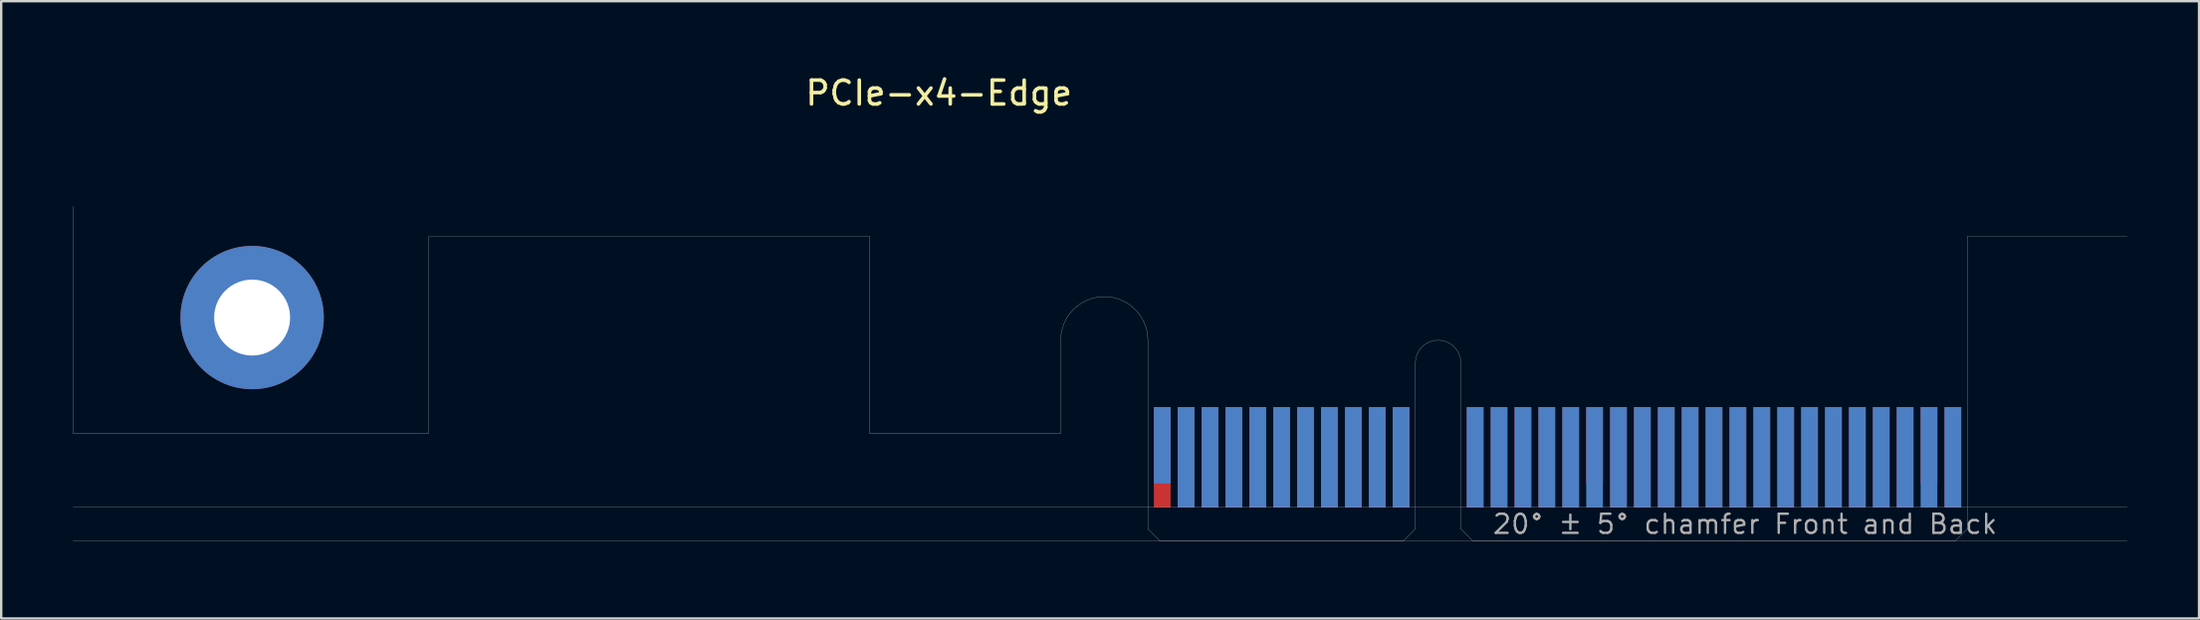
<source format=kicad_pcb>
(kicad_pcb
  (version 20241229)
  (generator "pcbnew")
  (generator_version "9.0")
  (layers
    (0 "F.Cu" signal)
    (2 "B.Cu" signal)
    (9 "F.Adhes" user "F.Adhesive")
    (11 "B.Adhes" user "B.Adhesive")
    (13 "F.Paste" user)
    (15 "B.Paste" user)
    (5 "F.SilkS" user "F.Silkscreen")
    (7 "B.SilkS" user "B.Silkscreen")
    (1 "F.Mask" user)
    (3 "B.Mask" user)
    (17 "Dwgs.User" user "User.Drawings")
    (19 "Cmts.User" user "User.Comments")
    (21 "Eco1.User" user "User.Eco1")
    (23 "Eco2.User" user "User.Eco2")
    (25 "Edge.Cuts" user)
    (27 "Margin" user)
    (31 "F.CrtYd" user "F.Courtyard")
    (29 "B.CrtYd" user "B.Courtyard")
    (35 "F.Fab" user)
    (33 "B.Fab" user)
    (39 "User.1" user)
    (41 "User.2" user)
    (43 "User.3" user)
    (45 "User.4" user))
  (footprint "PCIe-x4-Edge"
    (layer "F.Cu")
    (at 45.005 19.598)
    (property "Reference" "PCIe-x4-Edge" (at -8.75 -18.75 0) (layer "F.SilkS") (effects (font (size 1 1) (thickness 0.15))))
    (attr smd)
    (fp_poly (pts (xy -3.65 -4.5) (xy -11.65 -4.5) (xy -11.65 -7.95) (xy -3.65 -7.95)) (stroke (width 0.1) (type solid)) (fill yes) (layer "F.Mask"))
    (fp_poly (pts (xy 11.2 -5.45) (xy 0 -5.45) (xy 0 0) (xy 11.2 0)) (stroke (width 0.1) (type solid)) (fill yes) (layer "F.Mask"))
    (fp_poly (pts (xy 34.3 -5.45) (xy 13.1 -5.45) (xy 13.1 0) (xy 34.3 0)) (stroke (width 0.1) (type solid)) (fill yes) (layer "F.Mask"))
    (fp_poly (pts (xy -3.65 -7.95) (xy -11.65 -7.95) (xy -11.65 -4.5) (xy -3.65 -4.5)) (stroke (width 0.1) (type solid)) (fill yes) (layer "B.Mask"))
    (fp_poly (pts (xy 11.2 0) (xy 0 0) (xy 0 -5.45) (xy 11.2 -5.45)) (stroke (width 0.1) (type solid)) (fill yes) (layer "B.Mask"))
    (fp_poly (pts (xy 34.3 -5.5) (xy 13.1 -5.45) (xy 13.1 0) (xy 34.3 0)) (stroke (width 0.1) (type solid)) (fill yes) (layer "B.Mask"))
    (fp_line (start -45 -4.5) (end -45 -14) (stroke (width 0.01) (type solid)) (layer "Edge.Cuts"))
    (fp_line (start -30.1 -12.75) (end -30.1 -4.5) (stroke (width 0.01) (type solid)) (layer "Edge.Cuts"))
    (fp_line (start -30.1 -4.5) (end -45 -4.5) (stroke (width 0.01) (type solid)) (layer "Edge.Cuts"))
    (fp_line (start -11.65 -12.75) (end -30.1 -12.75) (stroke (width 0.01) (type solid)) (layer "Edge.Cuts"))
    (fp_line (start -11.65 -4.5) (end -11.65 -12.75) (stroke (width 0.01) (type solid)) (layer "Edge.Cuts"))
    (fp_line (start -3.65 -4.5) (end -11.65 -4.5) (stroke (width 0.01) (type solid)) (layer "Edge.Cuts"))
    (fp_line (start -3.65 -4.5) (end -3.65 -8.4) (stroke (width 0.01) (type solid)) (layer "Edge.Cuts"))
    (fp_line (start 0 -0.5) (end 0 -8.4) (stroke (width 0.01) (type solid)) (layer "Edge.Cuts"))
    (fp_line (start 0.5 0) (end 0 -0.5) (stroke (width 0.01) (type solid)) (layer "Edge.Cuts"))
    (fp_line (start 0.5 0) (end 10.7 0) (stroke (width 0.01) (type solid)) (layer "Edge.Cuts"))
    (fp_line (start 10.7 0) (end 11.2 -0.5) (stroke (width 0.01) (type solid)) (layer "Edge.Cuts"))
    (fp_line (start 11.2 -0.5) (end 11.2 -7.45) (stroke (width 0.01) (type solid)) (layer "Edge.Cuts"))
    (fp_line (start 13.1 -0.5) (end 13.1 -7.45) (stroke (width 0.01) (type solid)) (layer "Edge.Cuts"))
    (fp_line (start 13.6 0) (end 13.1 -0.5) (stroke (width 0.01) (type solid)) (layer "Edge.Cuts"))
    (fp_line (start 33.8 0) (end 13.6 0) (stroke (width 0.01) (type solid)) (layer "Edge.Cuts"))
    (fp_line (start 33.8 0) (end 34.3 -0.5) (stroke (width 0.01) (type solid)) (layer "Edge.Cuts"))
    (fp_line (start 34.3 -12.75) (end 41 -12.75) (stroke (width 0.01) (type solid)) (layer "Edge.Cuts"))
    (fp_line (start 34.3 -0.5) (end 34.3 -12.75) (stroke (width 0.01) (type solid)) (layer "Edge.Cuts"))
    (fp_arc (start -3.65 -8.4) (mid -1.825 -10.225) (end 0 -8.4) (stroke (width 0.01) (type solid)) (layer "Edge.Cuts"))
    (fp_arc (start 11.2 -7.45) (mid 12.15 -8.4) (end 13.1 -7.45) (stroke (width 0.01) (type solid)) (layer "Edge.Cuts"))
    (fp_line (start 41 -1.4) (end -45 -1.4) (stroke (width 0.01) (type solid)) (layer "F.Fab"))
    (fp_line (start 41 0) (end -45 0) (stroke (width 0.01) (type solid)) (layer "F.Fab"))
    (fp_text user "20° ± 5° chamfer Front and Back" (at 25 -0.7 0) (layer "F.Fab") (effects (font (size 0.8 0.8) (thickness 0.1))))
    (pad "A1" smd rect (at 0.6 -4) (size 0.7 3.2) (layers "B.Cu"))
    (pad "A2" smd rect (at 1.6 -3.5) (size 0.7 4.2) (layers "B.Cu"))
    (pad "A3" smd rect (at 2.6 -3.5) (size 0.7 4.2) (layers "B.Cu"))
    (pad "A4" smd rect (at 3.6 -3.5) (size 0.7 4.2) (layers "B.Cu"))
    (pad "A5" smd rect (at 4.6 -3.5) (size 0.7 4.2) (layers "B.Cu"))
    (pad "A6" smd rect (at 5.6 -3.5) (size 0.7 4.2) (layers "B.Cu"))
    (pad "A7" smd rect (at 6.6 -3.5) (size 0.7 4.2) (layers "B.Cu"))
    (pad "A8" smd rect (at 7.6 -3.5) (size 0.7 4.2) (layers "B.Cu"))
    (pad "A9" smd rect (at 8.6 -3.5) (size 0.7 4.2) (layers "B.Cu"))
    (pad "A10" smd rect (at 9.6 -3.5) (size 0.7 4.2) (layers "B.Cu"))
    (pad "A11" smd rect (at 10.6 -3.5) (size 0.7 4.2) (layers "B.Cu"))
    (pad "A12" smd rect (at 13.7 -3.5) (size 0.7 4.2) (layers "B.Cu"))
    (pad "A13" smd rect (at 14.7 -3.5) (size 0.7 4.2) (layers "B.Cu"))
    (pad "A14" smd rect (at 15.7 -3.5) (size 0.7 4.2) (layers "B.Cu"))
    (pad "A15" smd rect (at 16.7 -3.5) (size 0.7 4.2) (layers "B.Cu"))
    (pad "A16" smd rect (at 17.7 -3.5) (size 0.7 4.2) (layers "B.Cu"))
    (pad "A17" smd rect (at 18.7 -3.5) (size 0.7 4.2) (layers "B.Cu"))
    (pad "A18" smd rect (at 19.7 -3.5) (size 0.7 4.2) (layers "B.Cu"))
    (pad "A19" smd rect (at 20.7 -3.5) (size 0.7 4.2) (layers "B.Cu"))
    (pad "A20" smd rect (at 21.7 -3.5) (size 0.7 4.2) (layers "B.Cu"))
    (pad "A21" smd rect (at 22.7 -3.5) (size 0.7 4.2) (layers "B.Cu"))
    (pad "A22" smd rect (at 23.7 -3.5) (size 0.7 4.2) (layers "B.Cu"))
    (pad "A23" smd rect (at 24.7 -3.5) (size 0.7 4.2) (layers "B.Cu"))
    (pad "A24" smd rect (at 25.7 -3.5) (size 0.7 4.2) (layers "B.Cu"))
    (pad "A25" smd rect (at 26.7 -3.5) (size 0.7 4.2) (layers "B.Cu"))
    (pad "A26" smd rect (at 27.7 -3.5) (size 0.7 4.2) (layers "B.Cu"))
    (pad "A27" smd rect (at 28.7 -3.5) (size 0.7 4.2) (layers "B.Cu"))
    (pad "A28" smd rect (at 29.7 -3.5) (size 0.7 4.2) (layers "B.Cu"))
    (pad "A29" smd rect (at 30.7 -3.5) (size 0.7 4.2) (layers "B.Cu"))
    (pad "A30" smd rect (at 31.7 -3.5) (size 0.7 4.2) (layers "B.Cu"))
    (pad "A31" smd rect (at 32.7 -3.5) (size 0.7 4.2) (layers "B.Cu"))
    (pad "A32" smd rect (at 33.7 -3.5) (size 0.7 4.2) (layers "B.Cu"))
    (pad "B1" smd rect (at 0.6 -3.5) (size 0.7 4.2) (layers "F.Cu"))
    (pad "B2" smd rect (at 1.6 -3.5) (size 0.7 4.2) (layers "F.Cu"))
    (pad "B3" smd rect (at 2.6 -3.5) (size 0.7 4.2) (layers "F.Cu"))
    (pad "B4" smd rect (at 3.6 -3.5) (size 0.7 4.2) (layers "F.Cu"))
    (pad "B5" smd rect (at 4.6 -3.5) (size 0.7 4.2) (layers "F.Cu"))
    (pad "B6" smd rect (at 5.6 -3.5) (size 0.7 4.2) (layers "F.Cu"))
    (pad "B7" smd rect (at 6.6 -3.5) (size 0.7 4.2) (layers "F.Cu"))
    (pad "B8" smd rect (at 7.6 -3.5) (size 0.7 4.2) (layers "F.Cu"))
    (pad "B9" smd rect (at 8.6 -3.5) (size 0.7 4.2) (layers "F.Cu"))
    (pad "B10" smd rect (at 9.6 -3.5) (size 0.7 4.2) (layers "F.Cu"))
    (pad "B11" smd rect (at 10.6 -3.5) (size 0.7 4.2) (layers "F.Cu"))
    (pad "B12" smd rect (at 13.7 -3.5) (size 0.7 4.2) (layers "F.Cu"))
    (pad "B13" smd rect (at 14.7 -3.5) (size 0.7 4.2) (layers "F.Cu"))
    (pad "B14" smd rect (at 15.7 -3.5) (size 0.7 4.2) (layers "F.Cu"))
    (pad "B15" smd rect (at 16.7 -3.5) (size 0.7 4.2) (layers "F.Cu"))
    (pad "B16" smd rect (at 17.7 -3.5) (size 0.7 4.2) (layers "F.Cu"))
    (pad "B17" smd rect (at 18.7 -4) (size 0.7 3.2) (layers "F.Cu"))
    (pad "B18" smd rect (at 19.7 -3.5) (size 0.7 4.2) (layers "F.Cu"))
    (pad "B19" smd rect (at 20.7 -3.5) (size 0.7 4.2) (layers "F.Cu"))
    (pad "B20" smd rect (at 21.7 -3.5) (size 0.7 4.2) (layers "F.Cu"))
    (pad "B21" smd rect (at 22.7 -3.5) (size 0.7 4.2) (layers "F.Cu"))
    (pad "B22" smd rect (at 23.7 -3.5) (size 0.7 4.2) (layers "F.Cu"))
    (pad "B23" smd rect (at 24.7 -3.5) (size 0.7 4.2) (layers "F.Cu"))
    (pad "B24" smd rect (at 25.7 -3.5) (size 0.7 4.2) (layers "F.Cu"))
    (pad "B25" smd rect (at 26.7 -3.5) (size 0.7 4.2) (layers "F.Cu"))
    (pad "B26" smd rect (at 27.7 -3.5) (size 0.7 4.2) (layers "F.Cu"))
    (pad "B27" smd rect (at 28.7 -3.5) (size 0.7 4.2) (layers "F.Cu"))
    (pad "B28" smd rect (at 29.7 -3.5) (size 0.7 4.2) (layers "F.Cu"))
    (pad "B29" smd rect (at 30.7 -3.5) (size 0.7 4.2) (layers "F.Cu"))
    (pad "B30" smd rect (at 31.7 -3.5) (size 0.7 4.2) (layers "F.Cu"))
    (pad "B31" smd rect (at 32.7 -4) (size 0.7 3.2) (layers "F.Cu"))
    (pad "B32" smd rect (at 33.7 -3.5) (size 0.7 4.2) (layers "F.Cu"))
    (pad "G1" thru_hole circle (at -37.5 -9.35) (size 6 6) (drill 3.18) (layers "*.Cu" "*.Mask")))
  (gr_rect
    (start -3 -3)
    (end 89.01 22.848)
    (stroke (width 0.1) (type default))
    (fill no)
    (layer "Edge.Cuts")))
</source>
